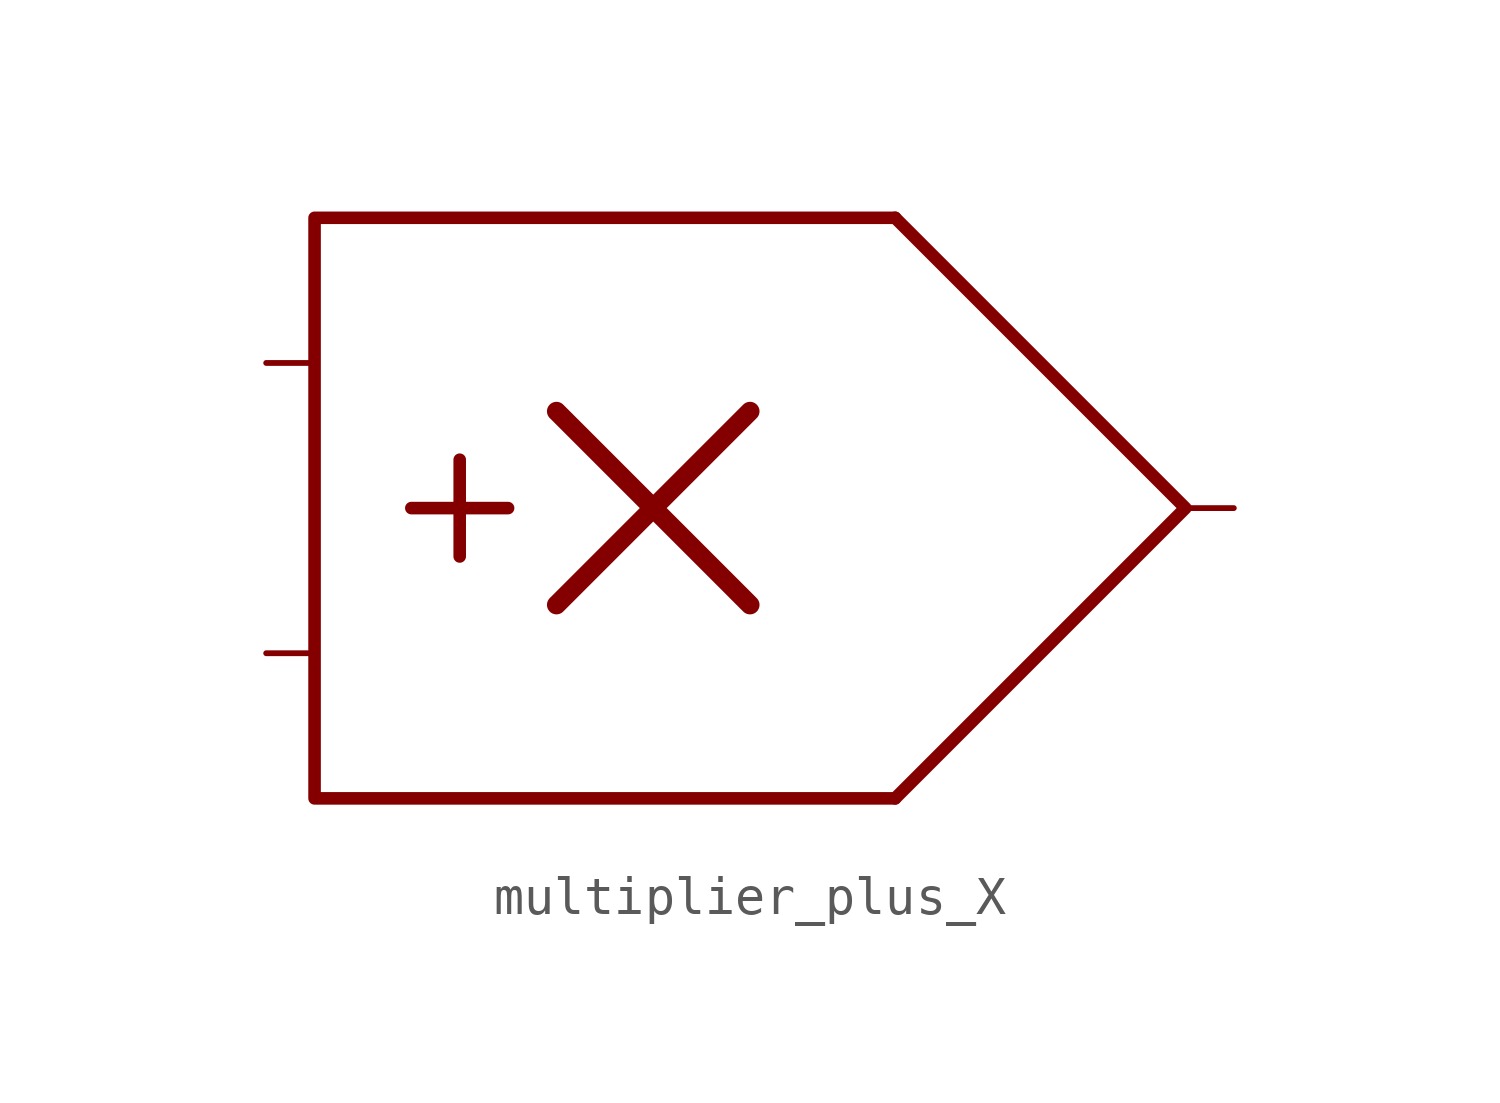
<source format=kicad_sym>
(kicad_symbol_lib
  (version 20211014)
  (generator kicad_symbol_editor)
  (symbol "multiplier_plus_X"
    (property "Reference" "U"
      (at 3.81 12.7 0)
      (effects (font (size 1.27 1.27)) hide))
    (symbol "multiplier_plus_X_0_0"
      (polyline (pts (xy -12.7 0) (xy -10.16 0)) (stroke (width 0.33) (type default) (color 0 0 0 0)) (fill (type none)))
      (polyline (pts (xy -11.43 1.27) (xy -11.43 -1.27)) (stroke (width 0.33) (type default) (color 0 0 0 0)) (fill (type none)))
      (polyline (pts (xy -8.89 -2.54) (xy -3.81 2.54)) (stroke (width 0.5) (type default) (color 0 0 0 0)) (fill (type none)))
      (polyline (pts (xy -8.89 2.54) (xy -3.81 -2.54)) (stroke (width 0.5) (type default) (color 0 0 0 0)) (fill (type none)))
      (polyline (pts (xy 0 7.62) (xy -15.24 7.62) (xy -15.24 -7.62) (xy 0 -7.62)) (stroke (width 0.33) (type default) (color 0 0 0 0)) (fill (type none))))
    (symbol "multiplier_plus_X_0_1"
      (polyline (pts (xy 0 7.62) (xy 7.62 0) (xy 0 -7.62)) (stroke (width 0.33) (type default) (color 0 0 0 0)) (fill (type none))))
    (symbol "multiplier_plus_X_1_1"
      (pin input line (at -16.51 -3.81 0) (length 1.27) (name "" (effects (font (size 1.27 1.27)))) (number "" (effects (font (size 1.27 1.27)))))
      (pin input line (at -16.51 3.81 0) (length 1.27) (name "" (effects (font (size 1.27 1.27)))) (number "" (effects (font (size 1.27 1.27)))))
      (pin output line (at 8.89 0 180) (length 1.27) (name "" (effects (font (size 1.27 1.27)))) (number "" (effects (font (size 1.27 1.27))))))))
</source>
